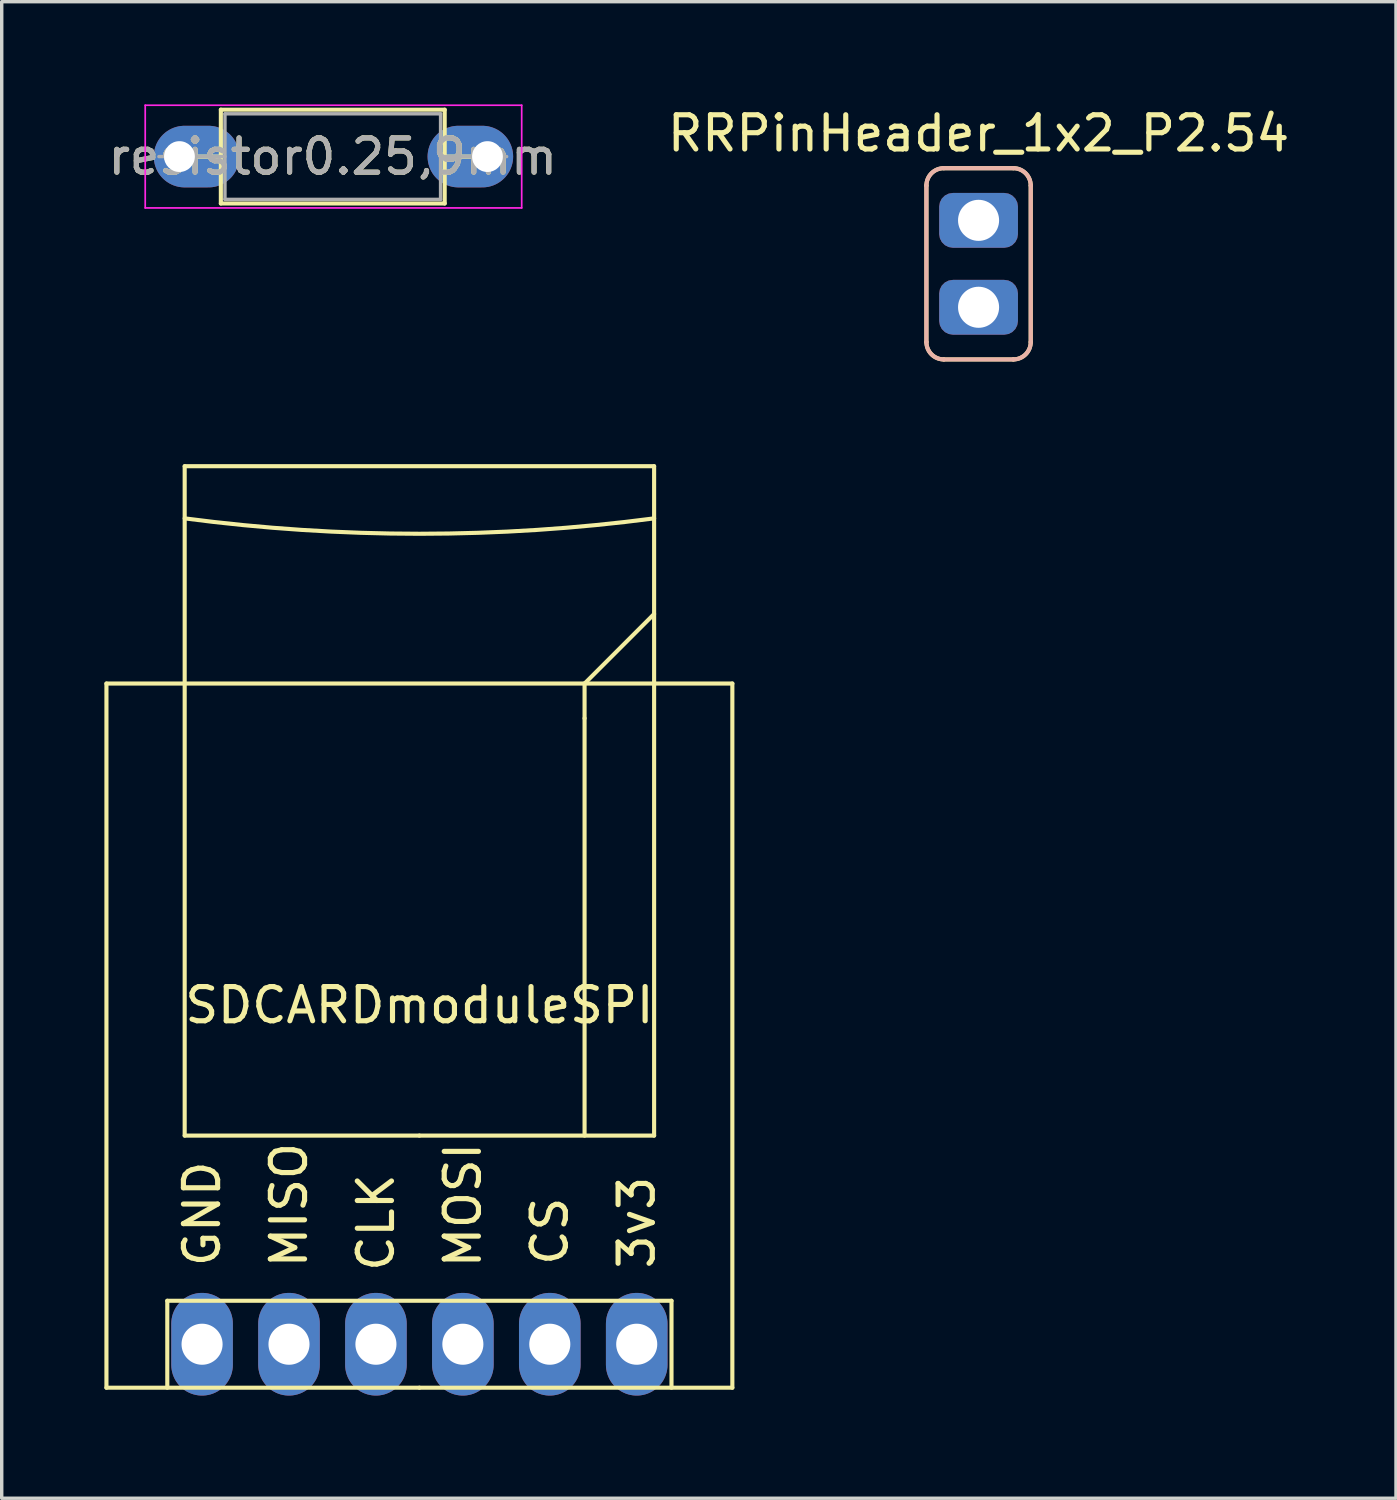
<source format=kicad_pcb>
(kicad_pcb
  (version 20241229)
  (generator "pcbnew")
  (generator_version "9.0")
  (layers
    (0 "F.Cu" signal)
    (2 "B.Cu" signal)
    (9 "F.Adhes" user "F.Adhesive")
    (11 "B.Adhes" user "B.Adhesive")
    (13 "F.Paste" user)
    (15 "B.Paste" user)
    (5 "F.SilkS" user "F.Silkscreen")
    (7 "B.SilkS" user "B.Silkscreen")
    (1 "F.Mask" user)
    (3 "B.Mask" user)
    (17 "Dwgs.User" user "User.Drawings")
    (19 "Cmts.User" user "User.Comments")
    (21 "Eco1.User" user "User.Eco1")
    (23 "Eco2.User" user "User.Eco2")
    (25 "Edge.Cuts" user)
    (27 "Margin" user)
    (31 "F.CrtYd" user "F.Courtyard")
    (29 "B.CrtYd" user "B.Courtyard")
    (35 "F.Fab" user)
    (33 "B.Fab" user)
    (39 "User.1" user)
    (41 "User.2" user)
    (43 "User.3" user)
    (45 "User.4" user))
  (footprint "RRPinHeader_1x2_P2.54"
    (layer "F.Cu")
    (at 25.542 3.388)
    (property "Reference" "RRPinHeader_1x2_P2.54" (at 0 -2.54 0) (layer "F.SilkS") (effects (font (size 1 1) (thickness 0.15))))
    (attr through_hole)
    (fp_line (start -1.524 -1.016) (end -1.524 3.556) (stroke (width 0.12) (type solid)) (layer "F.SilkS"))
    (fp_line (start -1.016 4.064) (end 1.016 4.064) (stroke (width 0.12) (type solid)) (layer "F.SilkS"))
    (fp_line (start 1.016 -1.524) (end -1.016 -1.524) (stroke (width 0.12) (type solid)) (layer "F.SilkS"))
    (fp_line (start 1.524 3.556) (end 1.524 -1.016) (stroke (width 0.12) (type solid)) (layer "F.SilkS"))
    (fp_arc (start -1.524 -1.016) (mid -1.37521 -1.37521) (end -1.016 -1.524) (stroke (width 0.12) (type solid)) (layer "F.SilkS"))
    (fp_arc (start -1.016 4.064) (mid -1.37521 3.91521) (end -1.524 3.556) (stroke (width 0.12) (type solid)) (layer "F.SilkS"))
    (fp_arc (start 1.016 -1.524) (mid 1.37521 -1.37521) (end 1.524 -1.016) (stroke (width 0.12) (type solid)) (layer "F.SilkS"))
    (fp_arc (start 1.524 3.556) (mid 1.37521 3.91521) (end 1.016 4.064) (stroke (width 0.12) (type solid)) (layer "F.SilkS"))
    (fp_line (start -1.524 3.556) (end -1.524 -1.016) (stroke (width 0.12) (type solid)) (layer "B.SilkS"))
    (fp_line (start -1.016 -1.524) (end 1.016 -1.524) (stroke (width 0.12) (type solid)) (layer "B.SilkS"))
    (fp_line (start 1.016 4.064) (end -1.016 4.064) (stroke (width 0.12) (type solid)) (layer "B.SilkS"))
    (fp_line (start 1.524 -1.016) (end 1.524 3.556) (stroke (width 0.12) (type solid)) (layer "B.SilkS"))
    (fp_arc (start -1.523999 -1.016001) (mid -1.375209 -1.375211) (end -1.015999 -1.524001) (stroke (width 0.12) (type solid)) (layer "B.SilkS"))
    (fp_arc (start -1.015999 4.063999) (mid -1.375209 3.915209) (end -1.523999 3.555999) (stroke (width 0.12) (type solid)) (layer "B.SilkS"))
    (fp_arc (start 1.016001 -1.524001) (mid 1.375211 -1.375211) (end 1.524001 -1.016001) (stroke (width 0.12) (type solid)) (layer "B.SilkS"))
    (fp_arc (start 1.524001 3.555999) (mid 1.375211 3.915209) (end 1.016001 4.063999) (stroke (width 0.12) (type solid)) (layer "B.SilkS"))
    (pad "1" thru_hole roundrect (at 0 0) (size 2.3 1.6) (drill 1.2) (layers "*.Cu" "*.Mask") (roundrect_rratio 0.25))
    (pad "2" thru_hole roundrect (at 0 2.54) (size 2.3 1.6) (drill 1.2) (layers "*.Cu" "*.Mask") (roundrect_rratio 0.25)))
  (footprint "resistor0.25,9mm"
    (layer "F.Cu")
    (at 2.193 1.525)
    (property "Reference" "resistor0.25,9mm" (at 4.48 0 0) (layer "F.SilkS") (effects (font (size 1 1) (thickness 0.15))))
    (attr through_hole)
    (fp_line (start 0.44 0) (end 1.21 0) (stroke (width 0.12) (type solid)) (layer "F.SilkS"))
    (fp_line (start 1.21 -1.37) (end 1.21 1.37) (stroke (width 0.12) (type solid)) (layer "F.SilkS"))
    (fp_line (start 1.21 1.37) (end 7.75 1.37) (stroke (width 0.12) (type solid)) (layer "F.SilkS"))
    (fp_line (start 7.75 -1.37) (end 1.21 -1.37) (stroke (width 0.12) (type solid)) (layer "F.SilkS"))
    (fp_line (start 7.75 1.37) (end 7.75 -1.37) (stroke (width 0.12) (type solid)) (layer "F.SilkS"))
    (fp_line (start 8.52 0) (end 7.75 0) (stroke (width 0.12) (type solid)) (layer "F.SilkS"))
    (fp_line (start -1 -1.5) (end -1 1.5) (stroke (width 0.05) (type solid)) (layer "F.CrtYd"))
    (fp_line (start -1 -1.5) (end 10 -1.5) (stroke (width 0.05) (type solid)) (layer "F.CrtYd"))
    (fp_line (start 10 1.5) (end -1 1.5) (stroke (width 0.05) (type solid)) (layer "F.CrtYd"))
    (fp_line (start 10 1.5) (end 10 -1.5) (stroke (width 0.05) (type solid)) (layer "F.CrtYd"))
    (fp_line (start -0.6 0) (end 1.33 0) (stroke (width 0.1) (type solid)) (layer "F.Fab"))
    (fp_line (start 1.33 -1.25) (end 1.33 1.25) (stroke (width 0.1) (type solid)) (layer "F.Fab"))
    (fp_line (start 1.33 1.25) (end 7.63 1.25) (stroke (width 0.1) (type solid)) (layer "F.Fab"))
    (fp_line (start 7.63 -1.25) (end 1.33 -1.25) (stroke (width 0.1) (type solid)) (layer "F.Fab"))
    (fp_line (start 7.63 1.25) (end 7.63 -1.25) (stroke (width 0.1) (type solid)) (layer "F.Fab"))
    (fp_line (start 9.56 0) (end 7.63 0) (stroke (width 0.1) (type solid)) (layer "F.Fab"))
    (fp_text user "${REFERENCE}" (at 4.48 0 0) (layer "F.Fab") (effects (font (size 1 1) (thickness 0.15))))
    (pad "1" thru_hole oval (at 0 0) (size 2.5 1.8) (drill 0.9 (offset 0.5 0)) (layers "*.Cu" "*.Mask"))
    (pad "2" thru_hole oval (at 9 0) (size 2.5 1.8) (drill 0.9 (offset -0.5 0)) (layers "*.Cu" "*.Mask")))
  (footprint "SDCARDmoduleSPI"
    (layer "F.Cu")
    (at 9.204 36.226)
    (property "Reference" "SDCARDmoduleSPI" (at 0 -9.906 0) (layer "F.SilkS") (effects (font (size 1 1) (thickness 0.15))))
    (attr through_hole)
    (fp_line (start -9.144 -19.304) (end 9.144 -19.304) (stroke (width 0.12) (type solid)) (layer "F.SilkS"))
    (fp_line (start -9.144 1.27) (end -9.144 -19.304) (stroke (width 0.12) (type solid)) (layer "F.SilkS"))
    (fp_line (start -9.144 1.27) (end 0 1.27) (stroke (width 0.12) (type solid)) (layer "F.SilkS"))
    (fp_line (start -7.366 -1.27) (end 7.366 -1.27) (stroke (width 0.12) (type solid)) (layer "F.SilkS"))
    (fp_line (start -7.366 1.27) (end -7.366 -1.27) (stroke (width 0.12) (type solid)) (layer "F.SilkS"))
    (fp_line (start -6.858 -25.654) (end 6.858 -25.654) (stroke (width 0.12) (type solid)) (layer "F.SilkS"))
    (fp_line (start -6.858 -6.096) (end -6.858 -25.654) (stroke (width 0.12) (type solid)) (layer "F.SilkS"))
    (fp_line (start -6.858 -6.096) (end 0 -6.096) (stroke (width 0.12) (type solid)) (layer "F.SilkS"))
    (fp_line (start 0 -6.096) (end 6.858 -6.096) (stroke (width 0.12) (type solid)) (layer "F.SilkS"))
    (fp_line (start 0 1.27) (end 9.144 1.27) (stroke (width 0.12) (type solid)) (layer "F.SilkS"))
    (fp_line (start 4.826 -19.304) (end 4.826 -18.288) (stroke (width 0.12) (type solid)) (layer "F.SilkS"))
    (fp_line (start 4.826 -18.288) (end 4.826 -6.096) (stroke (width 0.12) (type solid)) (layer "F.SilkS"))
    (fp_line (start 6.858 -21.336) (end 4.826 -19.304) (stroke (width 0.12) (type solid)) (layer "F.SilkS"))
    (fp_line (start 6.858 -6.096) (end 6.858 -25.654) (stroke (width 0.12) (type solid)) (layer "F.SilkS"))
    (fp_line (start 7.366 -1.27) (end 7.366 1.27) (stroke (width 0.12) (type solid)) (layer "F.SilkS"))
    (fp_line (start 9.144 1.27) (end 9.144 -19.304) (stroke (width 0.12) (type solid)) (layer "F.SilkS"))
    (fp_arc (start 6.858001 -24.130001) (mid 0.000001 -23.680318) (end -6.857999 -24.130001) (stroke (width 0.12) (type solid)) (layer "F.SilkS"))
    (fp_text user "3v3" (at 6.35 -3.556 90) (layer "F.SilkS") (effects (font (size 1 1) (thickness 0.15))))
    (fp_text user "GND" (at -6.35 -3.81 90) (layer "F.SilkS") (effects (font (size 1 1) (thickness 0.15))))
    (fp_text user "CS" (at 3.81 -3.302 90) (layer "F.SilkS") (effects (font (size 1 1) (thickness 0.15))))
    (fp_text user "CLK" (at -1.27 -3.556 90) (layer "F.SilkS") (effects (font (size 1 1) (thickness 0.15))))
    (fp_text user "MOSI" (at 1.27 -4.064 90) (layer "F.SilkS") (effects (font (size 1 1) (thickness 0.15))))
    (fp_text user "MISO" (at -3.81 -4.064 90) (layer "F.SilkS") (effects (font (size 1 1) (thickness 0.15))))
    (pad "1" thru_hole oval (at -6.35 0 90) (size 3 1.8) (drill 1.2) (layers "*.Cu" "*.Mask"))
    (pad "2" thru_hole oval (at -3.81 0 90) (size 3 1.8) (drill 1.2) (layers "*.Cu" "*.Mask"))
    (pad "3" thru_hole oval (at -1.27 0 90) (size 3 1.8) (drill 1.2) (layers "*.Cu" "*.Mask"))
    (pad "4" thru_hole oval (at 1.27 0 90) (size 3 1.8) (drill 1.2) (layers "*.Cu" "*.Mask"))
    (pad "5" thru_hole oval (at 3.81 0 90) (size 3 1.8) (drill 1.2) (layers "*.Cu" "*.Mask"))
    (pad "6" thru_hole oval (at 6.35 0 90) (size 3 1.8) (drill 1.2) (layers "*.Cu" "*.Mask")))
  (gr_rect
    (start -3 -3)
    (end 37.738 40.726)
    (stroke (width 0.1) (type default))
    (fill no)
    (layer "Edge.Cuts")))
</source>
